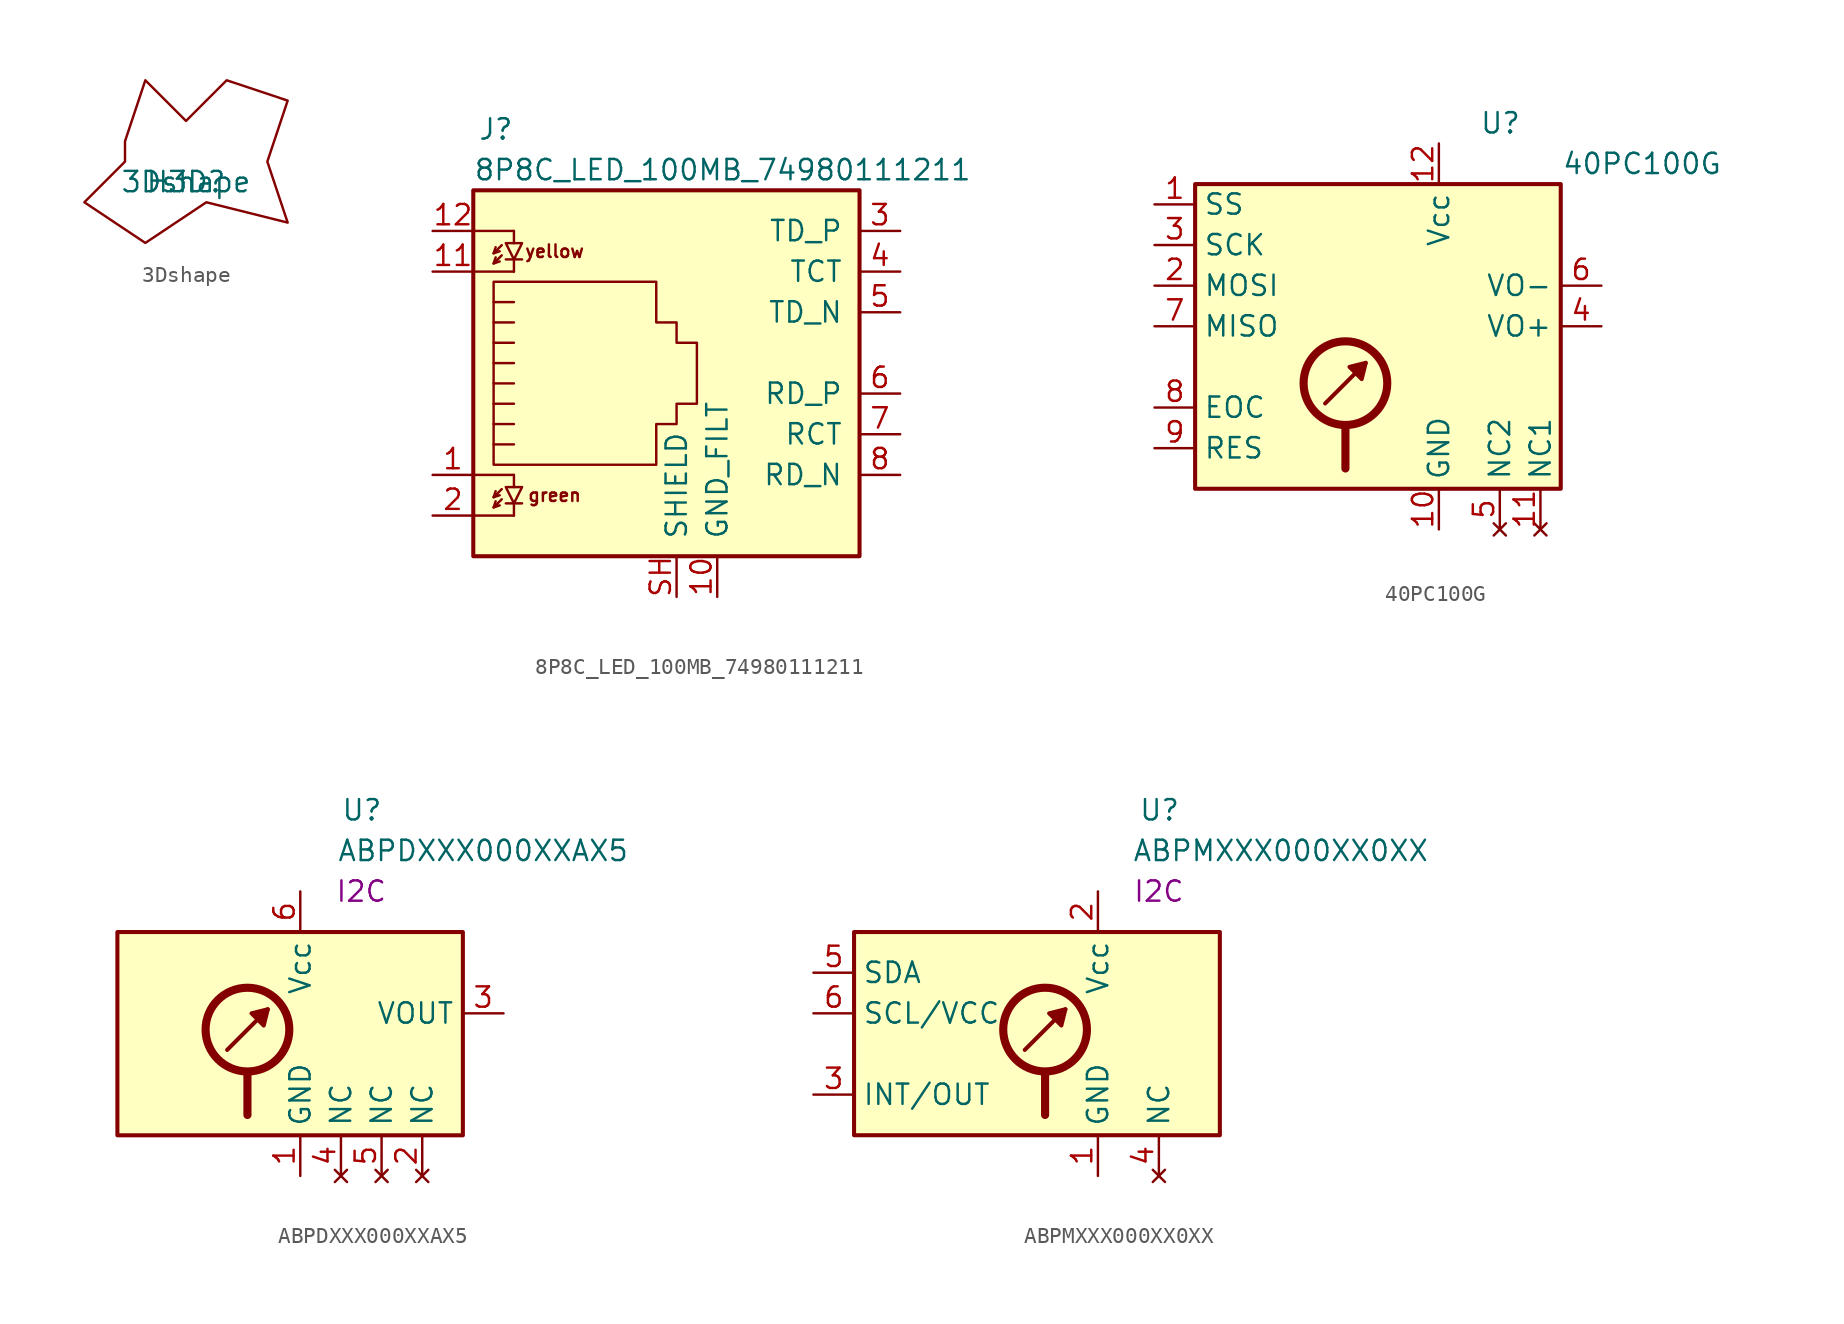
<source format=kicad_sym>
(kicad_symbol_lib
  (version 20220914)
  (generator kicad_symbol_editor)
  (symbol "3Dshape"
    (pin_names
      (offset 1.016))
    (property "Reference" "H3D"
      (at 0 0 0)
      (effects (font (size 1.27 1.27))))
    (property "Value" "3Dshape"
      (at 0 0 0)
      (effects (font (size 1.27 1.27))))
    (symbol "3Dshape_0_1"
      (polyline (pts (xy -3.81 2.54) (xy -2.54 6.35) (xy 0 3.81) (xy 2.54 6.35) (xy 6.35 5.08) (xy 5.08 1.27) (xy 6.35 -2.54) (xy 1.27 -1.27) (xy -2.54 -3.81) (xy -6.35 -1.27) (xy -3.81 1.27) (xy -3.81 2.54)) (stroke (width 0) (type default)) (fill (type none)))))
  (symbol "8P8C_LED_100MB_74980111211"
    (pin_names
      (offset 1.016))
    (property "Reference" "J"
      (at -5.08 16.51 0)
      (effects (font (size 1.27 1.27)) (justify right)))
    (property "Value" "8P8C_LED_100MB_74980111211"
      (at -7.62 13.97 0)
      (effects (font (size 1.27 1.27)) (justify left)))
    (symbol "8P8C_LED_100MB_74980111211_0_0"
      (text "green" (at -2.54 -6.35 0) (effects (font (size 0.787 0.787))))
      (text "yellow" (at -2.54 8.89 0) (effects (font (size 0.787 0.787)))))
    (symbol "8P8C_LED_100MB_74980111211_0_1"
      (polyline (pts (xy -7.62 -7.62) (xy -5.08 -7.62)) (stroke (width 0) (type default)) (fill (type none)))
      (polyline (pts (xy -7.62 7.62) (xy -5.08 7.62)) (stroke (width 0) (type default)) (fill (type none)))
      (polyline (pts (xy -7.62 10.16) (xy -5.08 10.16)) (stroke (width 0) (type default)) (fill (type none)))
      (polyline (pts (xy -6.35 -7.112) (xy -6.223 -6.731)) (stroke (width 0) (type default)) (fill (type none)))
      (polyline (pts (xy -6.35 -6.477) (xy -6.223 -6.096)) (stroke (width 0) (type default)) (fill (type none)))
      (polyline (pts (xy -6.35 8.128) (xy -6.223 8.509)) (stroke (width 0) (type default)) (fill (type none)))
      (polyline (pts (xy -6.35 8.763) (xy -6.223 9.144)) (stroke (width 0) (type default)) (fill (type none)))
      (polyline (pts (xy -5.08 -7.62) (xy -5.08 -6.858)) (stroke (width 0) (type default)) (fill (type none)))
      (polyline (pts (xy -5.08 -5.08) (xy -7.62 -5.08)) (stroke (width 0) (type default)) (fill (type none)))
      (polyline (pts (xy -5.08 -5.08) (xy -5.08 -5.842)) (stroke (width 0) (type default)) (fill (type none)))
      (polyline (pts (xy -5.08 4.445) (xy -6.35 4.445)) (stroke (width 0) (type default)) (fill (type none)))
      (polyline (pts (xy -5.08 5.715) (xy -6.35 5.715)) (stroke (width 0) (type default)) (fill (type none)))
      (polyline (pts (xy -5.08 7.62) (xy -5.08 8.382)) (stroke (width 0) (type default)) (fill (type none)))
      (polyline (pts (xy -5.08 10.16) (xy -5.08 9.398)) (stroke (width 0) (type default)) (fill (type none)))
      (polyline (pts (xy -4.572 -6.858) (xy -5.588 -6.858)) (stroke (width 0) (type default)) (fill (type none)))
      (polyline (pts (xy -4.572 8.382) (xy -5.588 8.382)) (stroke (width 0) (type default)) (fill (type none)))
      (polyline (pts (xy -6.35 -3.175) (xy -5.08 -3.175) (xy -5.08 -3.175)) (stroke (width 0) (type default)) (fill (type none)))
      (polyline (pts (xy -6.35 -1.905) (xy -5.08 -1.905) (xy -5.08 -1.905)) (stroke (width 0) (type default)) (fill (type none)))
      (polyline (pts (xy -6.35 -0.635) (xy -5.08 -0.635) (xy -5.08 -0.635)) (stroke (width 0) (type default)) (fill (type none)))
      (polyline (pts (xy -6.35 0.635) (xy -5.08 0.635) (xy -5.08 0.635)) (stroke (width 0) (type default)) (fill (type none)))
      (polyline (pts (xy -6.35 1.905) (xy -5.08 1.905) (xy -5.08 1.905)) (stroke (width 0) (type default)) (fill (type none)))
      (polyline (pts (xy -5.842 -6.604) (xy -6.35 -7.112) (xy -5.969 -6.985)) (stroke (width 0) (type default)) (fill (type none)))
      (polyline (pts (xy -5.842 -5.969) (xy -6.35 -6.477) (xy -5.969 -6.35)) (stroke (width 0) (type default)) (fill (type none)))
      (polyline (pts (xy -5.842 8.636) (xy -6.35 8.128) (xy -5.969 8.255)) (stroke (width 0) (type default)) (fill (type none)))
      (polyline (pts (xy -5.842 9.271) (xy -6.35 8.763) (xy -5.969 8.89)) (stroke (width 0) (type default)) (fill (type none)))
      (polyline (pts (xy -5.08 3.175) (xy -6.35 3.175) (xy -6.35 3.175)) (stroke (width 0) (type default)) (fill (type none)))
      (polyline (pts (xy -5.08 -6.858) (xy -4.572 -5.842) (xy -5.588 -5.842) (xy -5.08 -6.858)) (stroke (width 0) (type default)) (fill (type none)))
      (polyline (pts (xy -5.08 8.382) (xy -4.572 9.398) (xy -5.588 9.398) (xy -5.08 8.382)) (stroke (width 0) (type default)) (fill (type none)))
      (polyline (pts (xy -6.35 -4.445) (xy -6.35 6.985) (xy 3.81 6.985) (xy 3.81 4.445) (xy 5.08 4.445) (xy 5.08 3.175) (xy 6.35 3.175) (xy 6.35 -0.635) (xy 5.08 -0.635) (xy 5.08 -1.905) (xy 3.81 -1.905) (xy 3.81 -4.445) (xy -6.35 -4.445) (xy -6.35 -4.445)) (stroke (width 0) (type default)) (fill (type none)))
      (rectangle (start 16.51 12.7) (end -7.62 -10.16) (stroke (width 0.254) (type default)) (fill (type background))))
    (symbol "8P8C_LED_100MB_74980111211_1_1"
      (pin passive line (at -10.16 -5.08 0) (length 2.54) (name "~" (effects (font (size 1.27 1.27)))) (number "1" (effects (font (size 1.27 1.27)))))
      (pin power_in line (at 7.62 -12.7 90) (length 2.54) (name "GND_FILT" (effects (font (size 1.27 1.27)))) (number "10" (effects (font (size 1.27 1.27)))))
      (pin passive line (at -10.16 7.62 0) (length 2.54) (name "~" (effects (font (size 1.27 1.27)))) (number "11" (effects (font (size 1.27 1.27)))))
      (pin passive line (at -10.16 10.16 0) (length 2.54) (name "~" (effects (font (size 1.27 1.27)))) (number "12" (effects (font (size 1.27 1.27)))))
      (pin passive line (at -10.16 -7.62 0) (length 2.54) (name "~" (effects (font (size 1.27 1.27)))) (number "2" (effects (font (size 1.27 1.27)))))
      (pin input line (at 19.05 10.16 180) (length 2.54) (name "TD_P" (effects (font (size 1.27 1.27)))) (number "3" (effects (font (size 1.27 1.27)))))
      (pin passive line (at 19.05 7.62 180) (length 2.54) (name "TCT" (effects (font (size 1.27 1.27)))) (number "4" (effects (font (size 1.27 1.27)))))
      (pin input line (at 19.05 5.08 180) (length 2.54) (name "TD_N" (effects (font (size 1.27 1.27)))) (number "5" (effects (font (size 1.27 1.27)))))
      (pin output line (at 19.05 0 180) (length 2.54) (name "RD_P" (effects (font (size 1.27 1.27)))) (number "6" (effects (font (size 1.27 1.27)))))
      (pin passive line (at 19.05 -2.54 180) (length 2.54) (name "RCT" (effects (font (size 1.27 1.27)))) (number "7" (effects (font (size 1.27 1.27)))))
      (pin output line (at 19.05 -5.08 180) (length 2.54) (name "RD_N" (effects (font (size 1.27 1.27)))) (number "8" (effects (font (size 1.27 1.27)))))
      (pin power_in line (at 5.08 -12.7 90) (length 2.54) (name "SHIELD" (effects (font (size 1.27 1.27)))) (number "SH" (effects (font (size 1.27 1.27)))))))
  (symbol "40PC100G"
    (property "Reference" "U"
      (at 2.54 17.78 0)
      (effects (font (size 1.27 1.27)) (justify left)))
    (property "Value" "40PC100G"
      (at 12.7 15.24 0)
      (effects (font (size 1.27 1.27))))
    (symbol "40PC100G_0_1"
      (circle (center -5.842 1.524) (radius 2.616) (stroke (width 0.508) (type default)) (fill (type none)))
      (polyline (pts (xy -7.112 0.254) (xy -4.572 2.794)) (stroke (width 0.254) (type default)) (fill (type none)))
      (polyline (pts (xy -5.842 -1.27) (xy -5.842 -3.81)) (stroke (width 0.508) (type default)) (fill (type none)))
      (polyline (pts (xy -4.572 2.794) (xy -4.826 1.778) (xy -5.588 2.54) (xy -4.572 2.794)) (stroke (width 0.254) (type default)) (fill (type outline)))
      (rectangle (start 7.62 13.97) (end -15.24 -5.08) (stroke (width 0.254) (type default)) (fill (type background))))
    (symbol "40PC100G_1_1"
      (pin input line (at -17.78 12.7 0) (length 2.54) (name "SS" (effects (font (size 1.27 1.27)))) (number "1" (effects (font (size 1.27 1.27)))))
      (pin power_in line (at 0 -7.62 90) (length 2.54) (name "GND" (effects (font (size 1.27 1.27)))) (number "10" (effects (font (size 1.27 1.27)))))
      (pin no_connect line (at 6.35 -7.62 90) (length 2.54) (name "NC1" (effects (font (size 1.27 1.27)))) (number "11" (effects (font (size 1.27 1.27)))))
      (pin power_in line (at 0 16.51 270) (length 2.54) (name "Vcc" (effects (font (size 1.27 1.27)))) (number "12" (effects (font (size 1.27 1.27)))))
      (pin input line (at -17.78 7.62 0) (length 2.54) (name "MOSI" (effects (font (size 1.27 1.27)))) (number "2" (effects (font (size 1.27 1.27)))))
      (pin input line (at -17.78 10.16 0) (length 2.54) (name "SCK" (effects (font (size 1.27 1.27)))) (number "3" (effects (font (size 1.27 1.27)))))
      (pin passive line (at 10.16 5.08 180) (length 2.54) (name "VO+" (effects (font (size 1.27 1.27)))) (number "4" (effects (font (size 1.27 1.27)))))
      (pin no_connect line (at 3.81 -7.62 90) (length 2.54) (name "NC2" (effects (font (size 1.27 1.27)))) (number "5" (effects (font (size 1.27 1.27)))))
      (pin passive line (at 10.16 7.62 180) (length 2.54) (name "VO-" (effects (font (size 1.27 1.27)))) (number "6" (effects (font (size 1.27 1.27)))))
      (pin output line (at -17.78 5.08 0) (length 2.54) (name "MISO" (effects (font (size 1.27 1.27)))) (number "7" (effects (font (size 1.27 1.27)))))
      (pin output line (at -17.78 0 0) (length 2.54) (name "EOC" (effects (font (size 1.27 1.27)))) (number "8" (effects (font (size 1.27 1.27)))))
      (pin input line (at -17.78 -2.54 0) (length 2.54) (name "RES" (effects (font (size 1.27 1.27)))) (number "9" (effects (font (size 1.27 1.27)))))))
  (symbol "ABPDXXX000XXAX5"
    (property "Reference" "U"
      (at 2.54 15.24 0)
      (effects (font (size 1.27 1.27)) (justify left)))
    (property "Value" "ABPDXXX000XXAX5"
      (at 11.43 12.7 0)
      (effects (font (size 1.27 1.27))))
    (property "Interface" "I2C"
      (at 3.81 10.16 0)
      (effects (font (size 1.27 1.27))))
    (symbol "ABPDXXX000XXAX5_0_1"
      (circle (center -3.302 1.524) (radius 2.616) (stroke (width 0.508) (type default)) (fill (type none)))
      (polyline (pts (xy -4.572 0.254) (xy -2.032 2.794)) (stroke (width 0.254) (type default)) (fill (type none)))
      (polyline (pts (xy -3.302 -1.27) (xy -3.302 -3.81)) (stroke (width 0.508) (type default)) (fill (type none)))
      (polyline (pts (xy -2.032 2.794) (xy -2.286 1.778) (xy -3.048 2.54) (xy -2.032 2.794)) (stroke (width 0.254) (type default)) (fill (type outline)))
      (rectangle (start 10.16 7.62) (end -11.43 -5.08) (stroke (width 0.254) (type default)) (fill (type background))))
    (symbol "ABPDXXX000XXAX5_1_1"
      (pin power_in line (at 0 -7.62 90) (length 2.54) (name "GND" (effects (font (size 1.27 1.27)))) (number "1" (effects (font (size 1.27 1.27)))))
      (pin no_connect line (at 7.62 -7.62 90) (length 2.54) (name "NC" (effects (font (size 1.27 1.27)))) (number "2" (effects (font (size 1.27 1.27)))))
      (pin output line (at 12.7 2.54 180) (length 2.54) (name "VOUT" (effects (font (size 1.27 1.27)))) (number "3" (effects (font (size 1.27 1.27)))))
      (pin no_connect line (at 2.54 -7.62 90) (length 2.54) (name "NC" (effects (font (size 1.27 1.27)))) (number "4" (effects (font (size 1.27 1.27)))))
      (pin no_connect line (at 5.08 -7.62 90) (length 2.54) (name "NC" (effects (font (size 1.27 1.27)))) (number "5" (effects (font (size 1.27 1.27)))))
      (pin power_in line (at 0 10.16 270) (length 2.54) (name "Vcc" (effects (font (size 1.27 1.27)))) (number "6" (effects (font (size 1.27 1.27)))))))
  (symbol "ABPMXXX000XX0XX"
    (property "Reference" "U"
      (at 2.54 15.24 0)
      (effects (font (size 1.27 1.27)) (justify left)))
    (property "Value" "ABPMXXX000XX0XX"
      (at 11.43 12.7 0)
      (effects (font (size 1.27 1.27))))
    (property "Interface" "I2C"
      (at 3.81 10.16 0)
      (effects (font (size 1.27 1.27))))
    (symbol "ABPMXXX000XX0XX_0_1"
      (circle (center -3.302 1.524) (radius 2.616) (stroke (width 0.508) (type default)) (fill (type none)))
      (polyline (pts (xy -4.572 0.254) (xy -2.032 2.794)) (stroke (width 0.254) (type default)) (fill (type none)))
      (polyline (pts (xy -3.302 -1.27) (xy -3.302 -3.81)) (stroke (width 0.508) (type default)) (fill (type none)))
      (polyline (pts (xy -2.032 2.794) (xy -2.286 1.778) (xy -3.048 2.54) (xy -2.032 2.794)) (stroke (width 0.254) (type default)) (fill (type outline)))
      (rectangle (start 7.62 7.62) (end -15.24 -5.08) (stroke (width 0.254) (type default)) (fill (type background))))
    (symbol "ABPMXXX000XX0XX_1_1"
      (pin power_in line (at 0 -7.62 90) (length 2.54) (name "GND" (effects (font (size 1.27 1.27)))) (number "1" (effects (font (size 1.27 1.27)))))
      (pin power_in line (at 0 10.16 270) (length 2.54) (name "Vcc" (effects (font (size 1.27 1.27)))) (number "2" (effects (font (size 1.27 1.27)))))
      (pin output line (at -17.78 -2.54 0) (length 2.54) (name "INT/OUT" (effects (font (size 1.27 1.27)))) (number "3" (effects (font (size 1.27 1.27)))))
      (pin no_connect line (at 3.81 -7.62 90) (length 2.54) (name "NC" (effects (font (size 1.27 1.27)))) (number "4" (effects (font (size 1.27 1.27)))))
      (pin open_collector line (at -17.78 5.08 0) (length 2.54) (name "SDA" (effects (font (size 1.27 1.27)))) (number "5" (effects (font (size 1.27 1.27)))))
      (pin open_collector line (at -17.78 2.54 0) (length 2.54) (name "SCL/VCC" (effects (font (size 1.27 1.27)))) (number "6" (effects (font (size 1.27 1.27))))))))
</source>
